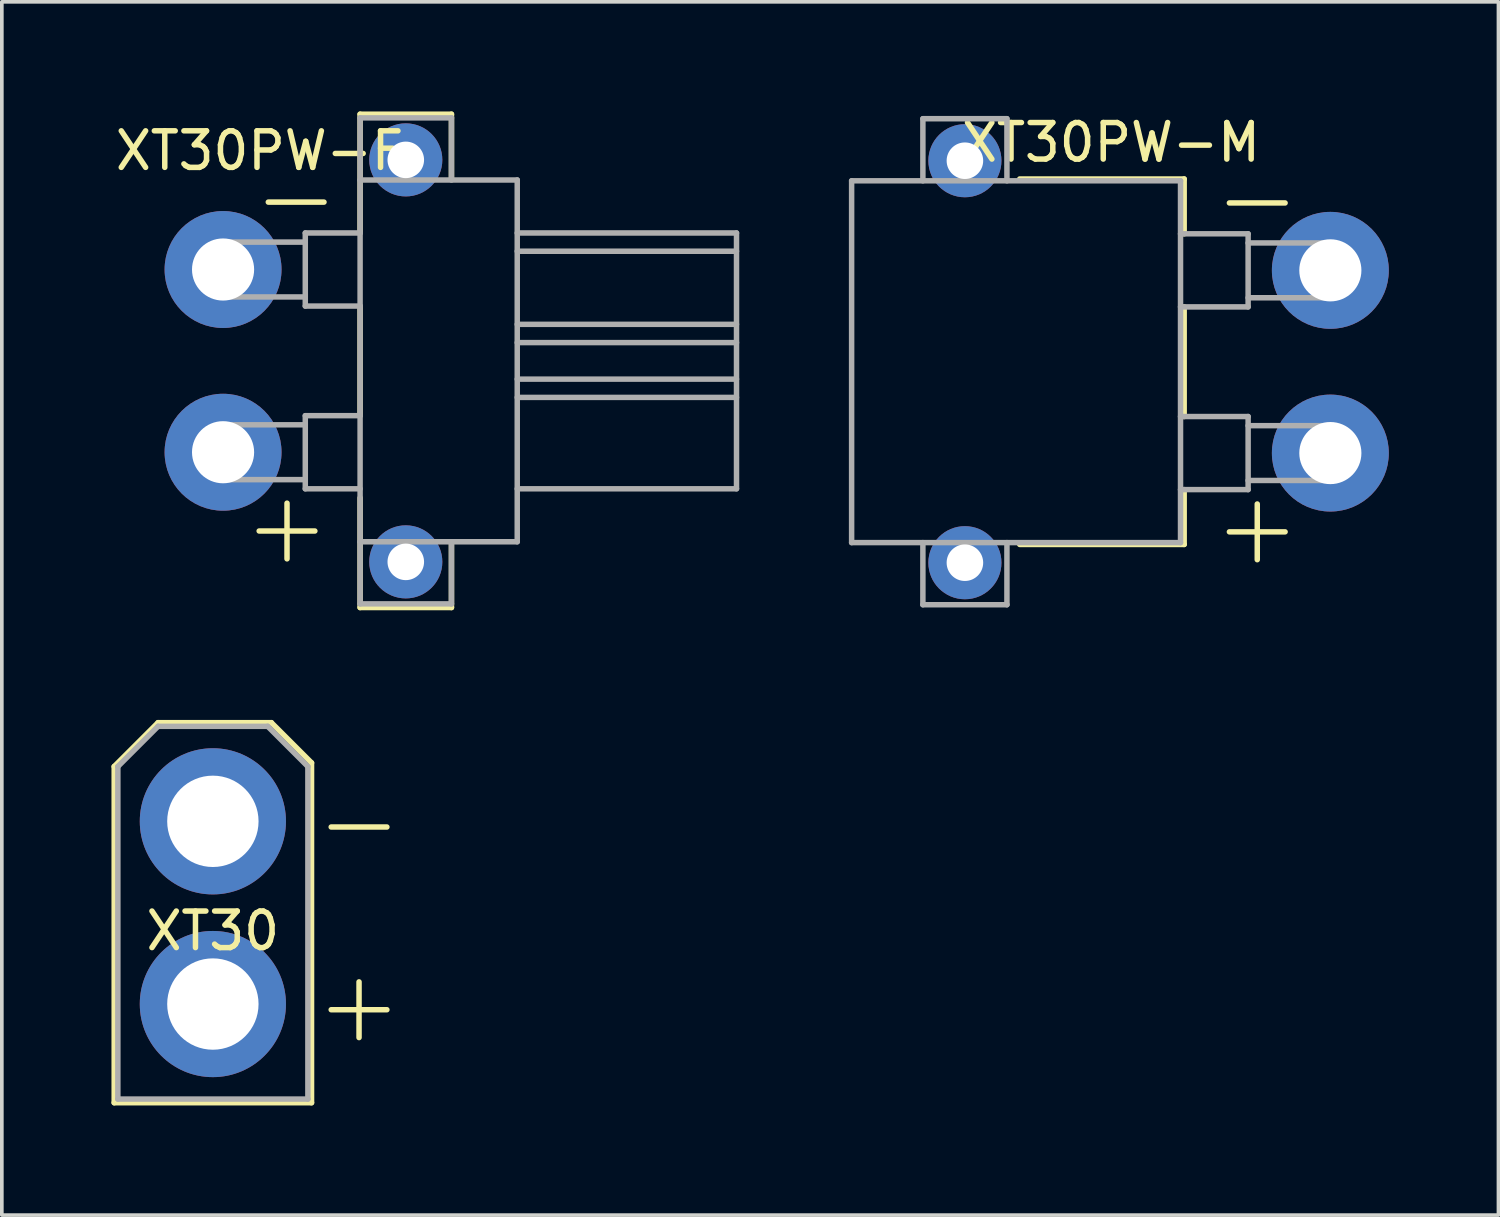
<source format=kicad_pcb>
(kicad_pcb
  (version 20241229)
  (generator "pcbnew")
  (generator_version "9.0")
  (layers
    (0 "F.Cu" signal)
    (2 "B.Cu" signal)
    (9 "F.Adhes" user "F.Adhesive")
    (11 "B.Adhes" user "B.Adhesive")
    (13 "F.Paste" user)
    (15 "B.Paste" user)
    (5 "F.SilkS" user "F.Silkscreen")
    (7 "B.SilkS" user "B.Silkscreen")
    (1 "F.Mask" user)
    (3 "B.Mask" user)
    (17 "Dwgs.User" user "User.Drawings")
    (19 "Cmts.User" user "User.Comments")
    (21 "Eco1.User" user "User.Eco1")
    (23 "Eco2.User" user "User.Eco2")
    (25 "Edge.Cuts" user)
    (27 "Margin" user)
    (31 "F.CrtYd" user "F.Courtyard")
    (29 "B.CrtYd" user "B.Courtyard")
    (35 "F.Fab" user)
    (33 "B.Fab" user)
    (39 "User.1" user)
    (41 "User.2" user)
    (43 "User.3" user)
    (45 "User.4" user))
  (footprint "XT30"
    (layer "F.Cu")
    (at 2.775 21.925)
    (property "Reference" "XT30" (at 0 0.5 0) (layer "F.SilkS") (effects (font (size 1 1) (thickness 0.15))))
    (attr through_hole)
    (fp_line (start -2.7 -4) (end -1.5 -5.2) (stroke (width 0.15) (type solid)) (layer "F.SilkS"))
    (fp_line (start -2.7 5.2) (end -2.7 -4) (stroke (width 0.15) (type solid)) (layer "F.SilkS"))
    (fp_line (start -1.5 -5.2) (end 1.6 -5.2) (stroke (width 0.15) (type solid)) (layer "F.SilkS"))
    (fp_line (start 1.6 -5.2) (end 2.7 -4.1) (stroke (width 0.15) (type solid)) (layer "F.SilkS"))
    (fp_line (start 2.7 -4.1) (end 2.7 5.2) (stroke (width 0.15) (type solid)) (layer "F.SilkS"))
    (fp_line (start 2.7 5.2) (end -2.7 5.2) (stroke (width 0.15) (type solid)) (layer "F.SilkS"))
    (fp_line (start -2.6 -4) (end -2.6 5.1) (stroke (width 0.15) (type solid)) (layer "F.Fab"))
    (fp_line (start -2.6 5.1) (end 2.6 5.1) (stroke (width 0.15) (type solid)) (layer "F.Fab"))
    (fp_line (start -1.5 -5.1) (end -2.6 -4) (stroke (width 0.15) (type solid)) (layer "F.Fab"))
    (fp_line (start -1.5 -5.1) (end 1.5 -5.1) (stroke (width 0.15) (type solid)) (layer "F.Fab"))
    (fp_line (start 1.5 -5.1) (end 2.6 -4) (stroke (width 0.15) (type solid)) (layer "F.Fab"))
    (fp_line (start 2.6 -4) (end 2.6 5.1) (stroke (width 0.15) (type solid)) (layer "F.Fab"))
    (fp_text user "+" (at 4 2.5 0) (layer "F.SilkS") (effects (font (size 2 2) (thickness 0.15))))
    (fp_text user "-" (at 4 -2.5 0) (layer "F.SilkS") (effects (font (size 2 2) (thickness 0.15))))
    (pad "1" thru_hole circle (at 0 -2.5 90) (size 4 4) (drill 2.5) (layers "*.Cu" "*.Mask"))
    (pad "2" thru_hole circle (at 0 2.5 90) (size 4 4) (drill 2.5) (layers "*.Cu" "*.Mask")))
  (footprint "XT30PW-M"
    (layer "F.Cu")
    (at 23.354 6.848)
    (property "Reference" "XT30PW-M" (at 4 -6 0) (layer "F.SilkS") (effects (font (size 1 1) (thickness 0.15))))
    (attr through_hole)
    (fp_line (start 6 -5) (end 1.5 -5) (stroke (width 0.15) (type solid)) (layer "F.SilkS"))
    (fp_line (start 6 -3.5) (end 6 -5) (stroke (width 0.15) (type solid)) (layer "F.SilkS"))
    (fp_line (start 6 -1.5) (end 6 1.5) (stroke (width 0.15) (type solid)) (layer "F.SilkS"))
    (fp_line (start 6 3.5) (end 6 5) (stroke (width 0.15) (type solid)) (layer "F.SilkS"))
    (fp_line (start 6 5) (end 1.5 5) (stroke (width 0.15) (type solid)) (layer "F.SilkS"))
    (fp_line (start -3.1 -4.95) (end -3.1 4.95) (stroke (width 0.15) (type solid)) (layer "F.Fab"))
    (fp_line (start -3.1 -4.95) (end 5.9 -4.95) (stroke (width 0.15) (type solid)) (layer "F.Fab"))
    (fp_line (start -1.15 -6.65) (end 1.15 -6.65) (stroke (width 0.15) (type solid)) (layer "F.Fab"))
    (fp_line (start -1.15 -4.95) (end -1.15 -6.65) (stroke (width 0.15) (type solid)) (layer "F.Fab"))
    (fp_line (start -1.15 4.95) (end -1.15 6.65) (stroke (width 0.15) (type solid)) (layer "F.Fab"))
    (fp_line (start -1.15 6.65) (end 1.15 6.65) (stroke (width 0.15) (type solid)) (layer "F.Fab"))
    (fp_line (start 1.15 -6.65) (end 1.15 -4.95) (stroke (width 0.15) (type solid)) (layer "F.Fab"))
    (fp_line (start 1.15 6.65) (end 1.15 4.95) (stroke (width 0.15) (type solid)) (layer "F.Fab"))
    (fp_line (start 5.9 -4.95) (end 5.9 4.95) (stroke (width 0.15) (type solid)) (layer "F.Fab"))
    (fp_line (start 5.9 -3.5) (end 7.75 -3.5) (stroke (width 0.15) (type solid)) (layer "F.Fab"))
    (fp_line (start 5.9 1.5) (end 7.75 1.5) (stroke (width 0.15) (type solid)) (layer "F.Fab"))
    (fp_line (start 5.9 4.95) (end -3.1 4.95) (stroke (width 0.15) (type solid)) (layer "F.Fab"))
    (fp_line (start 7.75 -3.5) (end 7.75 -1.5) (stroke (width 0.15) (type solid)) (layer "F.Fab"))
    (fp_line (start 7.75 -3.25) (end 10 -3.25) (stroke (width 0.15) (type solid)) (layer "F.Fab"))
    (fp_line (start 7.75 -1.75) (end 10 -1.75) (stroke (width 0.15) (type solid)) (layer "F.Fab"))
    (fp_line (start 7.75 -1.5) (end 5.9 -1.5) (stroke (width 0.15) (type solid)) (layer "F.Fab"))
    (fp_line (start 7.75 1.5) (end 7.75 3.5) (stroke (width 0.15) (type solid)) (layer "F.Fab"))
    (fp_line (start 7.75 1.75) (end 10 1.75) (stroke (width 0.15) (type solid)) (layer "F.Fab"))
    (fp_line (start 7.75 3.25) (end 10 3.25) (stroke (width 0.15) (type solid)) (layer "F.Fab"))
    (fp_line (start 7.75 3.5) (end 5.9 3.5) (stroke (width 0.15) (type solid)) (layer "F.Fab"))
    (fp_arc (start 10 -3.25) (mid 10.75 -2.5) (end 10 -1.75) (stroke (width 0.15) (type solid)) (layer "F.Fab"))
    (fp_arc (start 10 1.75) (mid 10.75 2.5) (end 10 3.25) (stroke (width 0.15) (type solid)) (layer "F.Fab"))
    (fp_circle (center 0 -5.5) (end 0.4 -5.5) (stroke (width 0.15) (type solid)) (fill no) (layer "F.Fab"))
    (fp_circle (center 0 5.5) (end 0.4 5.5) (stroke (width 0.15) (type solid)) (fill no) (layer "F.Fab"))
    (fp_text user "-" (at 8 -4.5 0) (layer "F.SilkS") (effects (font (size 2 2) (thickness 0.15))))
    (fp_text user "+" (at 8 4.5 0) (layer "F.SilkS") (effects (font (size 2 2) (thickness 0.15))))
    (pad "" thru_hole circle (at 0 -5.5 90) (size 2 2) (drill 1) (layers "*.Cu" "*.Mask"))
    (pad "" thru_hole circle (at 0 5.5 90) (size 2 2) (drill 1) (layers "*.Cu" "*.Mask"))
    (pad "1" thru_hole circle (at 10 -2.5 90) (size 3.2 3.2) (drill 1.7) (layers "*.Cu" "*.Mask"))
    (pad "2" thru_hole circle (at 10 2.5 90) (size 3.2 3.2) (drill 1.7) (layers "*.Cu" "*.Mask")))
  (footprint "XT30PW-F"
    (layer "F.Cu")
    (at 8.054 6.825)
    (property "Reference" "XT30PW-F" (at -4 -5.75 0) (layer "F.SilkS") (effects (font (size 1 1) (thickness 0.15))))
    (attr through_hole)
    (fp_line (start -1.25 -6.75) (end 1.25 -6.75) (stroke (width 0.15) (type solid)) (layer "F.SilkS"))
    (fp_line (start -1.25 -3.5) (end -1.25 -6.75) (stroke (width 0.15) (type solid)) (layer "F.SilkS"))
    (fp_line (start -1.25 -1.5) (end -1.25 1.5) (stroke (width 0.15) (type solid)) (layer "F.SilkS"))
    (fp_line (start -1.25 3.75) (end -1.25 6.75) (stroke (width 0.15) (type solid)) (layer "F.SilkS"))
    (fp_line (start -1.25 6.75) (end 1.25 6.75) (stroke (width 0.15) (type solid)) (layer "F.SilkS"))
    (fp_line (start 1.25 -6.75) (end 1.25 -5) (stroke (width 0.15) (type solid)) (layer "F.SilkS"))
    (fp_line (start 1.25 6.75) (end 1.25 5) (stroke (width 0.15) (type solid)) (layer "F.SilkS"))
    (fp_line (start -5 -3.25) (end -2.75 -3.25) (stroke (width 0.15) (type solid)) (layer "F.Fab"))
    (fp_line (start -5 -1.75) (end -2.75 -1.75) (stroke (width 0.15) (type solid)) (layer "F.Fab"))
    (fp_line (start -5 1.75) (end -2.75 1.75) (stroke (width 0.15) (type solid)) (layer "F.Fab"))
    (fp_line (start -5 3.25) (end -2.75 3.25) (stroke (width 0.15) (type solid)) (layer "F.Fab"))
    (fp_line (start -2.75 -3.5) (end -2.75 -1.5) (stroke (width 0.15) (type solid)) (layer "F.Fab"))
    (fp_line (start -2.75 -1.5) (end -1.25 -1.5) (stroke (width 0.15) (type solid)) (layer "F.Fab"))
    (fp_line (start -2.75 1.5) (end -2.75 3.5) (stroke (width 0.15) (type solid)) (layer "F.Fab"))
    (fp_line (start -2.75 3.5) (end -1.25 3.5) (stroke (width 0.15) (type solid)) (layer "F.Fab"))
    (fp_line (start -1.25 -6.65) (end 1.25 -6.65) (stroke (width 0.15) (type solid)) (layer "F.Fab"))
    (fp_line (start -1.25 -4.95) (end -1.25 -6.65) (stroke (width 0.15) (type solid)) (layer "F.Fab"))
    (fp_line (start -1.25 -4.95) (end -1.25 4.95) (stroke (width 0.15) (type solid)) (layer "F.Fab"))
    (fp_line (start -1.25 -3.5) (end -2.75 -3.5) (stroke (width 0.15) (type solid)) (layer "F.Fab"))
    (fp_line (start -1.25 1.5) (end -2.75 1.5) (stroke (width 0.15) (type solid)) (layer "F.Fab"))
    (fp_line (start -1.25 4.95) (end -1.25 6.65) (stroke (width 0.15) (type solid)) (layer "F.Fab"))
    (fp_line (start -1.25 6.65) (end 1.25 6.65) (stroke (width 0.15) (type solid)) (layer "F.Fab"))
    (fp_line (start 1.25 -6.65) (end 1.25 -4.95) (stroke (width 0.15) (type solid)) (layer "F.Fab"))
    (fp_line (start 1.25 6.65) (end 1.25 4.95) (stroke (width 0.15) (type solid)) (layer "F.Fab"))
    (fp_line (start 3.05 -4.95) (end -1.25 -4.95) (stroke (width 0.15) (type solid)) (layer "F.Fab"))
    (fp_line (start 3.05 -4.95) (end 3.05 4.95) (stroke (width 0.15) (type solid)) (layer "F.Fab"))
    (fp_line (start 3.05 4.95) (end -1.25 4.95) (stroke (width 0.15) (type solid)) (layer "F.Fab"))
    (fp_line (start 9.05 -3.5) (end 3.05 -3.5) (stroke (width 0.15) (type solid)) (layer "F.Fab"))
    (fp_line (start 9.05 -3.5) (end 9.05 3.5) (stroke (width 0.15) (type solid)) (layer "F.Fab"))
    (fp_line (start 9.05 -3) (end 3.05 -3) (stroke (width 0.15) (type solid)) (layer "F.Fab"))
    (fp_line (start 9.05 -1) (end 3.05 -1) (stroke (width 0.15) (type solid)) (layer "F.Fab"))
    (fp_line (start 9.05 -0.5) (end 3.05 -0.5) (stroke (width 0.15) (type solid)) (layer "F.Fab"))
    (fp_line (start 9.05 0.5) (end 3.05 0.5) (stroke (width 0.15) (type solid)) (layer "F.Fab"))
    (fp_line (start 9.05 1) (end 3.05 1) (stroke (width 0.15) (type solid)) (layer "F.Fab"))
    (fp_line (start 9.05 3.5) (end 3.05 3.5) (stroke (width 0.15) (type solid)) (layer "F.Fab"))
    (fp_arc (start -5 -1.75) (mid -5.75 -2.5) (end -5 -3.25) (stroke (width 0.15) (type solid)) (layer "F.Fab"))
    (fp_arc (start -5 3.25) (mid -5.75 2.5) (end -5 1.75) (stroke (width 0.15) (type solid)) (layer "F.Fab"))
    (fp_circle (center 0 -5.5) (end 0.4 -5.5) (stroke (width 0.15) (type solid)) (fill no) (layer "F.Fab"))
    (fp_circle (center 0 5.5) (end 0.4 5.5) (stroke (width 0.15) (type solid)) (fill no) (layer "F.Fab"))
    (fp_text user "-" (at -3 -4.5 0) (layer "F.SilkS") (effects (font (size 2 2) (thickness 0.15))))
    (fp_text user "+" (at -3.25 4.5 0) (layer "F.SilkS") (effects (font (size 2 2) (thickness 0.15))))
    (pad "" thru_hole circle (at 0 -5.5) (size 2 2) (drill 1) (layers "*.Cu" "*.Mask"))
    (pad "" thru_hole circle (at 0 5.5) (size 2 2) (drill 1) (layers "*.Cu" "*.Mask"))
    (pad "1" thru_hole circle (at -5 -2.5) (size 3.2 3.2) (drill 1.7) (layers "*.Cu" "*.Mask"))
    (pad "2" thru_hole circle (at -5 2.5) (size 3.2 3.2) (drill 1.7) (layers "*.Cu" "*.Mask")))
  (gr_rect
    (start -3 -3)
    (end 37.954 30.2)
    (stroke (width 0.1) (type default))
    (fill no)
    (layer "Edge.Cuts")))
</source>
